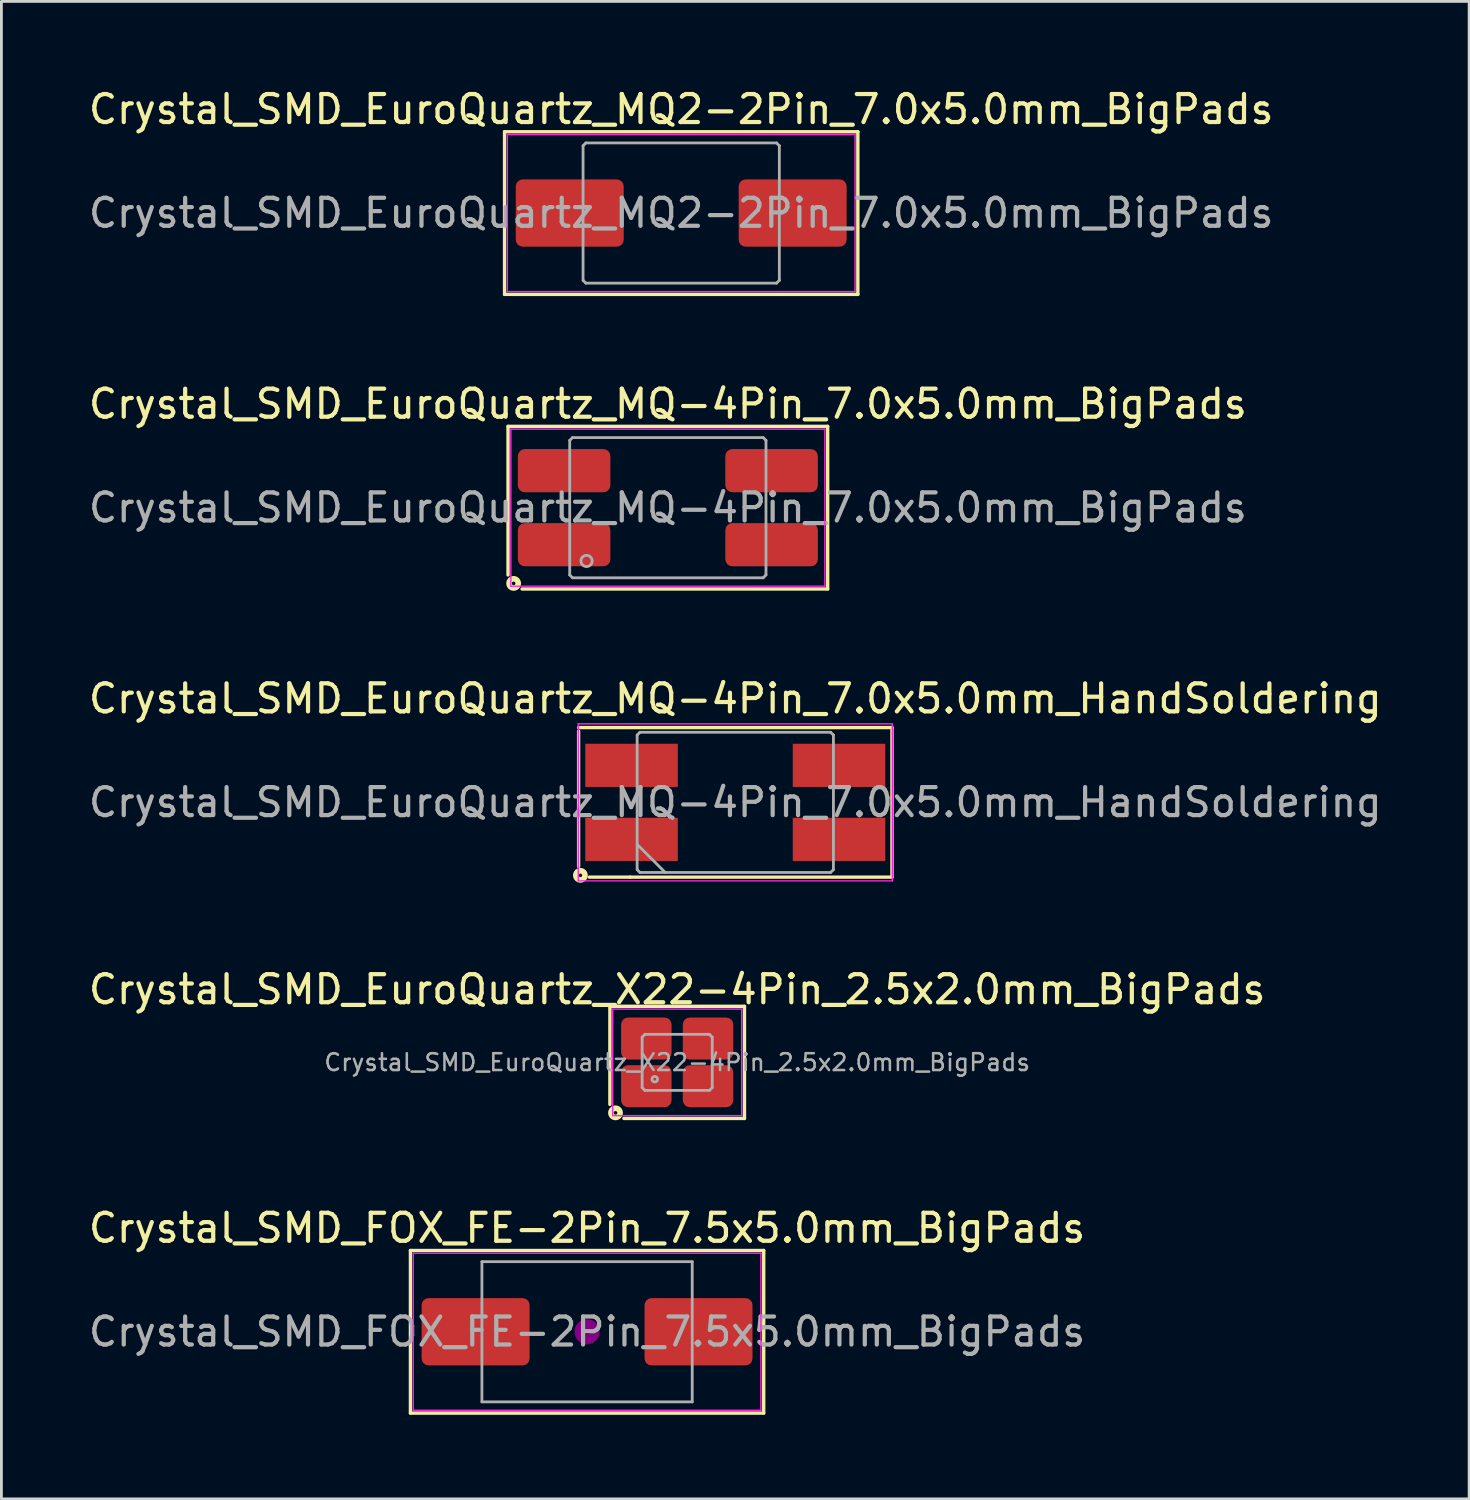
<source format=kicad_pcb>
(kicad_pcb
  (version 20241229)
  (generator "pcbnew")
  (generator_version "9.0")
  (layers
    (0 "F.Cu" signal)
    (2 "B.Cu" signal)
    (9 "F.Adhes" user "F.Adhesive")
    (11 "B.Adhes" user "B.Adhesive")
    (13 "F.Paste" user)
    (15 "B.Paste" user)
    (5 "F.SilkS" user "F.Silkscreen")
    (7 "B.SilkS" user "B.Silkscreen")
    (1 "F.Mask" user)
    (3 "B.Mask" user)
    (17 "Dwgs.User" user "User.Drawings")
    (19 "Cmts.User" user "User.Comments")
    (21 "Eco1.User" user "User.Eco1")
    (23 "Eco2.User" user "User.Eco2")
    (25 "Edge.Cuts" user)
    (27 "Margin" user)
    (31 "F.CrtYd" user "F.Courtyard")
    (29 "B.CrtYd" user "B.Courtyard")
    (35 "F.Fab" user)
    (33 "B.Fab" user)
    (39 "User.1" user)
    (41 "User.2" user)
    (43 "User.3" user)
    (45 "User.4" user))
  (footprint "Crystal_SMD_EuroQuartz_MQ-4Pin_7.0x5.0mm_BigPads"
    (layer "F.Cu")
    (at 20.768 15.056)
    (property "Reference" "Crystal_SMD_EuroQuartz_MQ-4Pin_7.0x5.0mm_BigPads" (at 0 -3.7 0) (layer "F.SilkS") (effects (font (size 1 1) (thickness 0.15))))
    (attr smd)
    (fp_line (start -5.7 -2.9) (end -5.7 2.4) (stroke (width 0.12) (type solid)) (layer "F.SilkS"))
    (fp_line (start -5.7 -2.9) (end 5.7 -2.9) (stroke (width 0.12) (type solid)) (layer "F.SilkS"))
    (fp_line (start 5.7 -2.9) (end 5.7 2.9) (stroke (width 0.12) (type solid)) (layer "F.SilkS"))
    (fp_line (start 5.7 2.9) (end -5.2 2.9) (stroke (width 0.12) (type solid)) (layer "F.SilkS"))
    (fp_circle (center -5.5 2.7) (end -5.436 2.7) (stroke (width 0.2) (type solid)) (fill no) (layer "F.SilkS"))
    (fp_line (start -5.6 -2.8) (end -5.6 2.8) (stroke (width 0.05) (type solid)) (layer "F.CrtYd"))
    (fp_line (start -5.6 2.8) (end 5.6 2.8) (stroke (width 0.05) (type solid)) (layer "F.CrtYd"))
    (fp_line (start 5.6 -2.8) (end -5.6 -2.8) (stroke (width 0.05) (type solid)) (layer "F.CrtYd"))
    (fp_line (start 5.6 2.8) (end 5.6 -2.8) (stroke (width 0.05) (type solid)) (layer "F.CrtYd"))
    (fp_line (start -3.5 -2.4) (end -3.4 -2.5) (stroke (width 0.1) (type solid)) (layer "F.Fab"))
    (fp_line (start -3.5 2.4) (end -3.5 -2.4) (stroke (width 0.1) (type solid)) (layer "F.Fab"))
    (fp_line (start -3.4 -2.5) (end 3.4 -2.5) (stroke (width 0.1) (type solid)) (layer "F.Fab"))
    (fp_line (start -3.4 2.5) (end -3.5 2.4) (stroke (width 0.1) (type solid)) (layer "F.Fab"))
    (fp_line (start 3.4 -2.5) (end 3.5 -2.4) (stroke (width 0.1) (type solid)) (layer "F.Fab"))
    (fp_line (start 3.4 2.5) (end -3.4 2.5) (stroke (width 0.1) (type solid)) (layer "F.Fab"))
    (fp_line (start 3.5 -2.4) (end 3.5 2.4) (stroke (width 0.1) (type solid)) (layer "F.Fab"))
    (fp_line (start 3.5 2.4) (end 3.4 2.5) (stroke (width 0.1) (type solid)) (layer "F.Fab"))
    (fp_circle (center -2.9 1.9) (end -2.7 1.9) (stroke (width 0.1) (type solid)) (fill no) (layer "F.Fab"))
    (fp_text user "${REFERENCE}" (at 0 0 0) (layer "F.Fab") (effects (font (size 1 1) (thickness 0.15))))
    (pad "1" smd roundrect (at -3.7 1.32) (size 3.3 1.54) (layers "F.Cu" "F.Mask" "F.Paste") (roundrect_rratio 0.162))
    (pad "2" smd roundrect (at 3.7 1.32) (size 3.3 1.54) (layers "F.Cu" "F.Mask" "F.Paste") (roundrect_rratio 0.162))
    (pad "3" smd roundrect (at 3.7 -1.32) (size 3.3 1.54) (layers "F.Cu" "F.Mask" "F.Paste") (roundrect_rratio 0.162))
    (pad "4" smd roundrect (at -3.7 -1.32) (size 3.3 1.54) (layers "F.Cu" "F.Mask" "F.Paste") (roundrect_rratio 0.162)))
  (footprint "Crystal_SMD_EuroQuartz_X22-4Pin_2.5x2.0mm_BigPads"
    (layer "F.Cu")
    (at 21.101 34.838)
    (property "Reference" "Crystal_SMD_EuroQuartz_X22-4Pin_2.5x2.0mm_BigPads" (at 0 -2.6 0) (layer "F.SilkS") (effects (font (size 1 1) (thickness 0.15))))
    (attr smd)
    (fp_line (start -2.4 -2) (end 2.4 -2) (stroke (width 0.12) (type solid)) (layer "F.SilkS"))
    (fp_line (start -2.4 1.5) (end -2.4 -2) (stroke (width 0.12) (type solid)) (layer "F.SilkS"))
    (fp_line (start 2.4 -2) (end 2.4 2) (stroke (width 0.12) (type solid)) (layer "F.SilkS"))
    (fp_line (start 2.4 2) (end -1.9 2) (stroke (width 0.12) (type solid)) (layer "F.SilkS"))
    (fp_circle (center -2.2 1.8) (end -2.136 1.8) (stroke (width 0.2) (type solid)) (fill no) (layer "F.SilkS"))
    (fp_line (start -2.3 -1.9) (end -2.3 1.9) (stroke (width 0.05) (type solid)) (layer "F.CrtYd"))
    (fp_line (start -2.3 1.9) (end 2.3 1.9) (stroke (width 0.05) (type solid)) (layer "F.CrtYd"))
    (fp_line (start 2.3 -1.9) (end -2.3 -1.9) (stroke (width 0.05) (type solid)) (layer "F.CrtYd"))
    (fp_line (start 2.3 1.9) (end 2.3 -1.9) (stroke (width 0.05) (type solid)) (layer "F.CrtYd"))
    (fp_line (start -1.25 -0.9) (end -1.15 -1) (stroke (width 0.1) (type solid)) (layer "F.Fab"))
    (fp_line (start -1.25 0.9) (end -1.25 -0.9) (stroke (width 0.1) (type solid)) (layer "F.Fab"))
    (fp_line (start -1.15 -1) (end 1.15 -1) (stroke (width 0.1) (type solid)) (layer "F.Fab"))
    (fp_line (start -1.15 1) (end -1.25 0.9) (stroke (width 0.1) (type solid)) (layer "F.Fab"))
    (fp_line (start 1.15 -1) (end 1.25 -0.9) (stroke (width 0.1) (type solid)) (layer "F.Fab"))
    (fp_line (start 1.15 1) (end -1.15 1) (stroke (width 0.1) (type solid)) (layer "F.Fab"))
    (fp_line (start 1.25 -0.9) (end 1.25 0.9) (stroke (width 0.1) (type solid)) (layer "F.Fab"))
    (fp_line (start 1.25 0.9) (end 1.15 1) (stroke (width 0.1) (type solid)) (layer "F.Fab"))
    (fp_circle (center -0.8 0.6) (end -0.7 0.6) (stroke (width 0.1) (type solid)) (fill no) (layer "F.Fab"))
    (fp_text user "${REFERENCE}" (at 0 0 0) (layer "F.Fab") (effects (font (size 0.6 0.6) (thickness 0.09))))
    (pad "1" smd roundrect (at -1.1 0.85) (size 1.8 1.5) (layers "F.Cu" "F.Mask" "F.Paste") (roundrect_rratio 0.167))
    (pad "2" smd roundrect (at 1.1 0.85) (size 1.8 1.5) (layers "F.Cu" "F.Mask" "F.Paste") (roundrect_rratio 0.167))
    (pad "3" smd roundrect (at 1.1 -0.85) (size 1.8 1.5) (layers "F.Cu" "F.Mask" "F.Paste") (roundrect_rratio 0.167))
    (pad "4" smd roundrect (at -1.1 -0.85) (size 1.8 1.5) (layers "F.Cu" "F.Mask" "F.Paste") (roundrect_rratio 0.167)))
  (footprint "Crystal_SMD_EuroQuartz_MQ2-2Pin_7.0x5.0mm_BigPads"
    (layer "F.Cu")
    (at 21.244 4.548)
    (property "Reference" "Crystal_SMD_EuroQuartz_MQ2-2Pin_7.0x5.0mm_BigPads" (at 0 -3.7 0) (layer "F.SilkS") (effects (font (size 1 1) (thickness 0.15))))
    (attr smd)
    (fp_line (start -6.3 -2.9) (end -6.3 2.9) (stroke (width 0.12) (type solid)) (layer "F.SilkS"))
    (fp_line (start -6.3 2.9) (end 6.3 2.9) (stroke (width 0.12) (type solid)) (layer "F.SilkS"))
    (fp_line (start 6.3 -2.9) (end -6.3 -2.9) (stroke (width 0.12) (type solid)) (layer "F.SilkS"))
    (fp_line (start 6.3 2.9) (end 6.3 -2.9) (stroke (width 0.12) (type solid)) (layer "F.SilkS"))
    (fp_line (start -6.2 -2.8) (end -6.2 2.8) (stroke (width 0.05) (type solid)) (layer "F.CrtYd"))
    (fp_line (start -6.2 2.8) (end 6.2 2.8) (stroke (width 0.05) (type solid)) (layer "F.CrtYd"))
    (fp_line (start 6.2 -2.8) (end -6.2 -2.8) (stroke (width 0.05) (type solid)) (layer "F.CrtYd"))
    (fp_line (start 6.2 2.8) (end 6.2 -2.8) (stroke (width 0.05) (type solid)) (layer "F.CrtYd"))
    (fp_line (start -3.5 -2.4) (end -3.4 -2.5) (stroke (width 0.1) (type solid)) (layer "F.Fab"))
    (fp_line (start -3.5 2.4) (end -3.5 -2.4) (stroke (width 0.1) (type solid)) (layer "F.Fab"))
    (fp_line (start -3.4 -2.5) (end 3.4 -2.5) (stroke (width 0.1) (type solid)) (layer "F.Fab"))
    (fp_line (start -3.4 2.5) (end -3.5 2.4) (stroke (width 0.1) (type solid)) (layer "F.Fab"))
    (fp_line (start 3.4 -2.5) (end 3.5 -2.4) (stroke (width 0.1) (type solid)) (layer "F.Fab"))
    (fp_line (start 3.4 2.5) (end -3.4 2.5) (stroke (width 0.1) (type solid)) (layer "F.Fab"))
    (fp_line (start 3.5 -2.4) (end 3.5 2.4) (stroke (width 0.1) (type solid)) (layer "F.Fab"))
    (fp_line (start 3.5 2.4) (end 3.4 2.5) (stroke (width 0.1) (type solid)) (layer "F.Fab"))
    (fp_text user "${REFERENCE}" (at 0 0 0) (layer "F.Fab") (effects (font (size 1 1) (thickness 0.15))))
    (pad "1" smd roundrect (at -3.975 0) (size 3.85 2.4) (layers "F.Cu" "F.Mask" "F.Paste") (roundrect_rratio 0.104))
    (pad "2" smd roundrect (at 3.975 0) (size 3.85 2.4) (layers "F.Cu" "F.Mask" "F.Paste") (roundrect_rratio 0.104)))
  (footprint "Crystal_SMD_EuroQuartz_MQ-4Pin_7.0x5.0mm_HandSoldering"
    (layer "F.Cu")
    (at 23.173 25.565)
    (property "Reference" "Crystal_SMD_EuroQuartz_MQ-4Pin_7.0x5.0mm_HandSoldering" (at 0 -3.7 0) (layer "F.SilkS") (effects (font (size 1 1) (thickness 0.15))))
    (attr smd)
    (fp_line (start -5.588 -2.667) (end 5.588 -2.667) (stroke (width 0.12) (type solid)) (layer "F.SilkS"))
    (fp_line (start -5.588 -2.54) (end -5.588 2.286) (stroke (width 0.12) (type solid)) (layer "F.SilkS"))
    (fp_line (start -3.747 2.667) (end -5.207 2.667) (stroke (width 0.12) (type solid)) (layer "F.SilkS"))
    (fp_line (start 5.588 -2.667) (end 5.588 2.667) (stroke (width 0.12) (type solid)) (layer "F.SilkS"))
    (fp_line (start 5.588 2.667) (end -3.747 2.667) (stroke (width 0.12) (type solid)) (layer "F.SilkS"))
    (fp_circle (center -5.524 2.603) (end -5.461 2.603) (stroke (width 0.2) (type solid)) (fill no) (layer "F.SilkS"))
    (fp_line (start -5.6 -2.8) (end -5.6 2.8) (stroke (width 0.05) (type solid)) (layer "F.CrtYd"))
    (fp_line (start -5.6 2.8) (end 5.6 2.8) (stroke (width 0.05) (type solid)) (layer "F.CrtYd"))
    (fp_line (start 5.6 -2.8) (end -5.6 -2.8) (stroke (width 0.05) (type solid)) (layer "F.CrtYd"))
    (fp_line (start 5.6 2.8) (end 5.6 -2.8) (stroke (width 0.05) (type solid)) (layer "F.CrtYd"))
    (fp_line (start -3.5 -2.4) (end -3.4 -2.5) (stroke (width 0.1) (type solid)) (layer "F.Fab"))
    (fp_line (start -3.5 1.5) (end -2.5 2.5) (stroke (width 0.1) (type solid)) (layer "F.Fab"))
    (fp_line (start -3.5 2.4) (end -3.5 -2.4) (stroke (width 0.1) (type solid)) (layer "F.Fab"))
    (fp_line (start -3.4 -2.5) (end 3.4 -2.5) (stroke (width 0.1) (type solid)) (layer "F.Fab"))
    (fp_line (start -3.4 2.5) (end -3.5 2.4) (stroke (width 0.1) (type solid)) (layer "F.Fab"))
    (fp_line (start 3.4 -2.5) (end 3.5 -2.4) (stroke (width 0.1) (type solid)) (layer "F.Fab"))
    (fp_line (start 3.4 2.5) (end -3.4 2.5) (stroke (width 0.1) (type solid)) (layer "F.Fab"))
    (fp_line (start 3.5 -2.4) (end 3.5 2.4) (stroke (width 0.1) (type solid)) (layer "F.Fab"))
    (fp_line (start 3.5 2.4) (end 3.4 2.5) (stroke (width 0.1) (type solid)) (layer "F.Fab"))
    (fp_text user "${REFERENCE}" (at 0 0 0) (layer "F.Fab") (effects (font (size 1 1) (thickness 0.15))))
    (pad "1" smd rect (at -3.7 1.32) (size 3.3 1.54) (layers "F.Cu" "F.Mask" "F.Paste"))
    (pad "2" smd rect (at 3.7 1.32) (size 3.3 1.54) (layers "F.Cu" "F.Mask" "F.Paste"))
    (pad "3" smd rect (at 3.7 -1.32) (size 3.3 1.54) (layers "F.Cu" "F.Mask" "F.Paste"))
    (pad "4" smd rect (at -3.7 -1.32) (size 3.3 1.54) (layers "F.Cu" "F.Mask" "F.Paste")))
  (footprint "Crystal_SMD_FOX_FE-2Pin_7.5x5.0mm_BigPads"
    (layer "F.Cu")
    (at 17.887 44.446)
    (property "Reference" "Crystal_SMD_FOX_FE-2Pin_7.5x5.0mm_BigPads" (at 0 -3.7 0) (layer "F.SilkS") (effects (font (size 1 1) (thickness 0.15))))
    (attr smd)
    (fp_line (start -6.3 -2.9) (end -6.3 2.9) (stroke (width 0.12) (type solid)) (layer "F.SilkS"))
    (fp_line (start -6.3 2.9) (end 6.3 2.9) (stroke (width 0.12) (type solid)) (layer "F.SilkS"))
    (fp_line (start 6.3 -2.9) (end -6.3 -2.9) (stroke (width 0.12) (type solid)) (layer "F.SilkS"))
    (fp_line (start 6.3 2.9) (end 6.3 -2.9) (stroke (width 0.12) (type solid)) (layer "F.SilkS"))
    (fp_circle (center 0 0) (end 0.093 0) (stroke (width 0.187) (type solid)) (fill no) (layer "F.Adhes"))
    (fp_circle (center 0 0) (end 0.213 0) (stroke (width 0.133) (type solid)) (fill no) (layer "F.Adhes"))
    (fp_circle (center 0 0) (end 0.333 0) (stroke (width 0.133) (type solid)) (fill no) (layer "F.Adhes"))
    (fp_circle (center 0 0) (end 0.4 0) (stroke (width 0.1) (type solid)) (fill no) (layer "F.Adhes"))
    (fp_line (start -6.2 -2.8) (end -6.2 2.8) (stroke (width 0.05) (type solid)) (layer "F.CrtYd"))
    (fp_line (start -6.2 2.8) (end 6.2 2.8) (stroke (width 0.05) (type solid)) (layer "F.CrtYd"))
    (fp_line (start 6.2 -2.8) (end -6.2 -2.8) (stroke (width 0.05) (type solid)) (layer "F.CrtYd"))
    (fp_line (start 6.2 2.8) (end 6.2 -2.8) (stroke (width 0.05) (type solid)) (layer "F.CrtYd"))
    (fp_line (start -3.75 -2.5) (end -3.75 2.5) (stroke (width 0.1) (type solid)) (layer "F.Fab"))
    (fp_line (start -3.75 2.5) (end 3.75 2.5) (stroke (width 0.1) (type solid)) (layer "F.Fab"))
    (fp_line (start 3.75 -2.5) (end -3.75 -2.5) (stroke (width 0.1) (type solid)) (layer "F.Fab"))
    (fp_line (start 3.75 2.5) (end 3.75 -2.5) (stroke (width 0.1) (type solid)) (layer "F.Fab"))
    (fp_text user "${REFERENCE}" (at 0 0 0) (layer "F.Fab") (effects (font (size 1 1) (thickness 0.15))))
    (pad "1" smd roundrect (at -3.975 0) (size 3.85 2.4) (layers "F.Cu" "F.Mask" "F.Paste") (roundrect_rratio 0.104))
    (pad "2" smd roundrect (at 3.975 0) (size 3.85 2.4) (layers "F.Cu" "F.Mask" "F.Paste") (roundrect_rratio 0.104)))
  (gr_rect
    (start -3 -3)
    (end 49.345 50.406)
    (stroke (width 0.1) (type default))
    (fill no)
    (layer "Edge.Cuts")))
</source>
